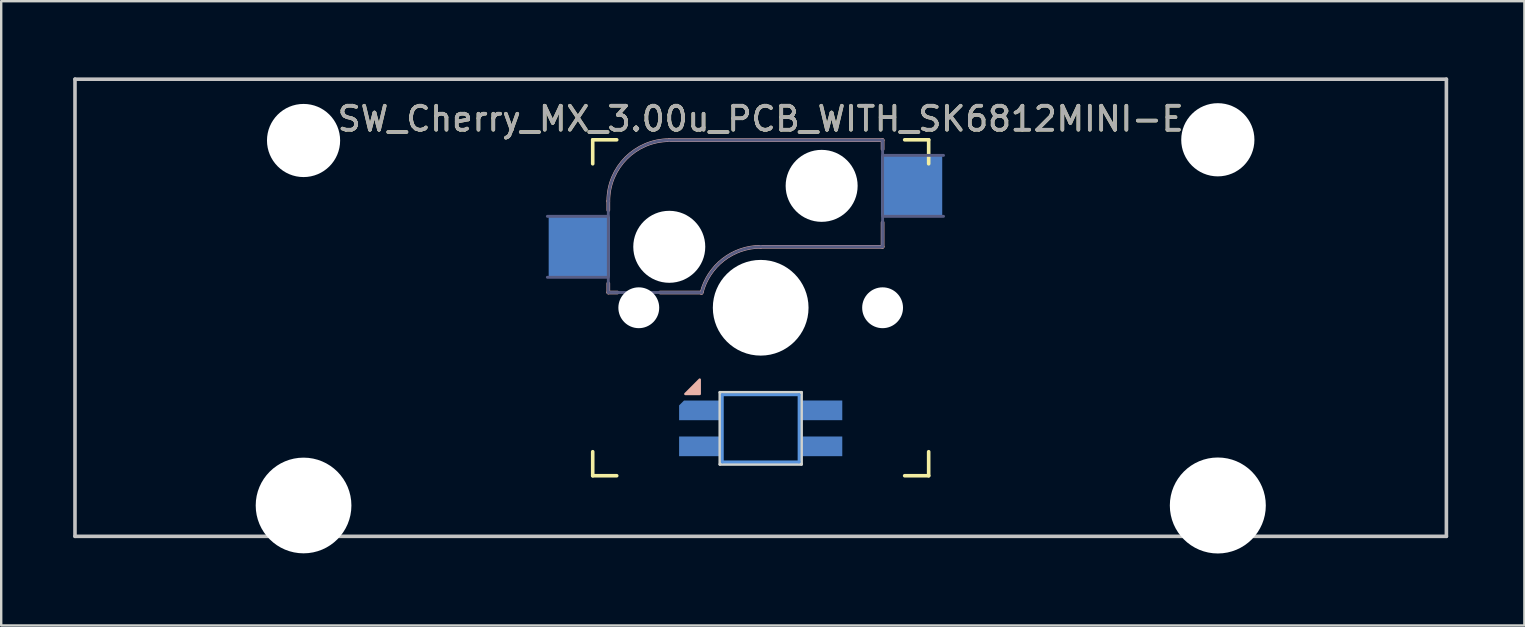
<source format=kicad_pcb>
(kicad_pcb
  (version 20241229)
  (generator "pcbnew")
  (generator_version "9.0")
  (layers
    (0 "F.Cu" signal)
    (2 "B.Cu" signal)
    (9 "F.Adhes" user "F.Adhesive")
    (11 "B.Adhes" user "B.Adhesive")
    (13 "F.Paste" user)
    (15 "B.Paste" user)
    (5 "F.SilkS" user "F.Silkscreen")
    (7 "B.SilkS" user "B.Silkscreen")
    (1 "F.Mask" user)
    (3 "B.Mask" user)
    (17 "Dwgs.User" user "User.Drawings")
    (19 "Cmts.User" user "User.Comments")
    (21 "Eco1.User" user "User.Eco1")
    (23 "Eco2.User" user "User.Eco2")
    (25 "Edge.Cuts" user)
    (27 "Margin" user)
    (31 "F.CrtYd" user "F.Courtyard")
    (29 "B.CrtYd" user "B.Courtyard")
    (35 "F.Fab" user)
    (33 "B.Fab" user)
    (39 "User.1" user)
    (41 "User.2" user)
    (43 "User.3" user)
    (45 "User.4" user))
  (footprint "SW_Cherry_MX_3.00u_PCB_WITH_SK6812MINI-E"
    (layer "F.Cu")
    (at 57.225 0.25)
    (property "Reference" "SW_Cherry_MX_3.00u_PCB_WITH_SK6812MINI-E" (at -28.575 1.651 0) (layer "F.SilkS") (effects (font (size 1 1) (thickness 0.15))))
    (attr through_hole)
    (fp_line (start -35.575 3.525) (end -35.575 2.525) (stroke (width 0.15) (type solid)) (layer "F.SilkS"))
    (fp_line (start -35.575 16.525) (end -35.575 15.525) (stroke (width 0.15) (type solid)) (layer "F.SilkS"))
    (fp_line (start -35.575 16.525) (end -34.575 16.525) (stroke (width 0.15) (type solid)) (layer "F.SilkS"))
    (fp_line (start -34.575 2.525) (end -35.575 2.525) (stroke (width 0.15) (type solid)) (layer "F.SilkS"))
    (fp_line (start -22.575 16.525) (end -21.575 16.525) (stroke (width 0.15) (type solid)) (layer "F.SilkS"))
    (fp_line (start -21.575 2.525) (end -22.575 2.525) (stroke (width 0.15) (type solid)) (layer "F.SilkS"))
    (fp_line (start -21.575 2.525) (end -21.575 3.525) (stroke (width 0.15) (type solid)) (layer "F.SilkS"))
    (fp_line (start -21.575 15.525) (end -21.575 16.525) (stroke (width 0.15) (type solid)) (layer "F.SilkS"))
    (fp_line (start -34.925 5.08) (end -34.925 5.461) (stroke (width 0.15) (type solid)) (layer "B.SilkS"))
    (fp_line (start -34.925 8.509) (end -34.925 8.89) (stroke (width 0.15) (type solid)) (layer "B.SilkS"))
    (fp_line (start -34.544 8.89) (end -34.925 8.89) (stroke (width 0.15) (type solid)) (layer "B.SilkS"))
    (fp_line (start -32.385 2.54) (end -23.495 2.54) (stroke (width 0.15) (type solid)) (layer "B.SilkS"))
    (fp_line (start -31.039 8.89) (end -32.766 8.89) (stroke (width 0.15) (type solid)) (layer "B.SilkS"))
    (fp_line (start -23.495 2.54) (end -23.495 2.921) (stroke (width 0.15) (type solid)) (layer "B.SilkS"))
    (fp_line (start -23.495 5.969) (end -23.495 6.985) (stroke (width 0.15) (type solid)) (layer "B.SilkS"))
    (fp_line (start -23.495 6.985) (end -28.575 6.985) (stroke (width 0.15) (type solid)) (layer "B.SilkS"))
    (fp_arc (start -34.925 5.08) (mid -34.181051 3.283949) (end -32.385 2.54) (stroke (width 0.15) (type solid)) (layer "B.SilkS"))
    (fp_arc (start -31.039162 8.90896) (mid -30.138147 7.522958) (end -28.575 6.985) (stroke (width 0.15) (type solid)) (layer "B.SilkS"))
    (fp_poly (pts (xy -31.115 12.518) (xy -31.115 13.118) (xy -31.715 13.118)) (stroke (width 0.1) (type solid)) (fill yes) (layer "B.SilkS"))
    (fp_line (start -57.15 0) (end 0 0) (stroke (width 0.15) (type solid)) (layer "Dwgs.User"))
    (fp_line (start -57.15 19.05) (end -57.15 0) (stroke (width 0.15) (type solid)) (layer "Dwgs.User"))
    (fp_line (start 0 0) (end 0 19.05) (stroke (width 0.15) (type solid)) (layer "Dwgs.User"))
    (fp_line (start 0 19.05) (end -57.15 19.05) (stroke (width 0.15) (type solid)) (layer "Dwgs.User"))
    (fp_line (start -30.175 13.15) (end -30.175 15.95) (stroke (width 0.12) (type solid)) (layer "Cmts.User"))
    (fp_line (start -30.175 13.15) (end -26.975 13.15) (stroke (width 0.12) (type solid)) (layer "Cmts.User"))
    (fp_line (start -26.975 15.95) (end -30.175 15.95) (stroke (width 0.12) (type solid)) (layer "Cmts.User"))
    (fp_line (start -26.975 15.95) (end -26.975 13.15) (stroke (width 0.12) (type solid)) (layer "Cmts.User"))
    (fp_line (start -35.475 16.425) (end -35.475 2.625) (stroke (width 0.15) (type solid)) (layer "Eco2.User"))
    (fp_line (start -35.475 16.425) (end -21.675 16.425) (stroke (width 0.15) (type solid)) (layer "Eco2.User"))
    (fp_line (start -21.675 2.625) (end -35.475 2.625) (stroke (width 0.15) (type solid)) (layer "Eco2.User"))
    (fp_line (start -21.675 2.625) (end -21.675 16.425) (stroke (width 0.15) (type solid)) (layer "Eco2.User"))
    (fp_line (start -30.275 13.05) (end -30.275 16.05) (stroke (width 0.12) (type solid)) (layer "Edge.Cuts"))
    (fp_line (start -30.275 13.05) (end -26.875 13.05) (stroke (width 0.12) (type solid)) (layer "Edge.Cuts"))
    (fp_line (start -26.875 16.05) (end -30.275 16.05) (stroke (width 0.12) (type solid)) (layer "Edge.Cuts"))
    (fp_line (start -26.875 16.05) (end -26.875 13.05) (stroke (width 0.12) (type solid)) (layer "Edge.Cuts"))
    (fp_line (start -37.465 5.715) (end -34.925 5.715) (stroke (width 0.12) (type solid)) (layer "B.Fab"))
    (fp_line (start -34.925 8.255) (end -37.465 8.255) (stroke (width 0.12) (type solid)) (layer "B.Fab"))
    (fp_line (start -34.925 8.89) (end -34.925 5.08) (stroke (width 0.12) (type solid)) (layer "B.Fab"))
    (fp_line (start -34.925 8.89) (end -31.115 8.89) (stroke (width 0.12) (type solid)) (layer "B.Fab"))
    (fp_line (start -32.385 2.54) (end -23.495 2.54) (stroke (width 0.12) (type solid)) (layer "B.Fab"))
    (fp_line (start -23.495 2.54) (end -23.495 6.985) (stroke (width 0.12) (type solid)) (layer "B.Fab"))
    (fp_line (start -23.495 3.175) (end -20.955 3.175) (stroke (width 0.12) (type solid)) (layer "B.Fab"))
    (fp_line (start -23.495 6.985) (end -28.575 6.985) (stroke (width 0.12) (type solid)) (layer "B.Fab"))
    (fp_line (start -20.955 5.715) (end -23.495 5.715) (stroke (width 0.12) (type solid)) (layer "B.Fab"))
    (fp_arc (start -34.925 5.08) (mid -34.181051 3.283949) (end -32.385 2.54) (stroke (width 0.12) (type solid)) (layer "B.Fab"))
    (fp_arc (start -31.039162 8.90896) (mid -30.138147 7.522958) (end -28.575 6.985) (stroke (width 0.12) (type solid)) (layer "B.Fab"))
    (fp_text user "${REFERENCE}" (at -28.575 1.651 0) (layer "F.Fab") (effects (font (size 1 1) (thickness 0.15))))
    (pad "" np_thru_hole circle (at -47.625 2.555) (size 3.048 3.048) (drill 3.048) (layers "*.Cu" "*.Mask"))
    (pad "" np_thru_hole circle (at -47.625 17.765) (size 3.988 3.988) (drill 3.988) (layers "*.Cu" "*.Mask"))
    (pad "" np_thru_hole circle (at -33.655 9.525) (size 1.702 1.702) (drill 1.702) (layers "*.Cu" "*.Mask"))
    (pad "" np_thru_hole circle (at -32.385 6.985) (size 3 3) (drill 3) (layers "*.Cu" "*.Mask"))
    (pad "" np_thru_hole circle (at -28.575 9.525) (size 3.988 3.988) (drill 3.988) (layers "*.Cu" "*.Mask"))
    (pad "" np_thru_hole circle (at -26.035 4.445) (size 3 3) (drill 3) (layers "*.Cu" "*.Mask"))
    (pad "" np_thru_hole circle (at -23.495 9.525) (size 1.702 1.702) (drill 1.702) (layers "*.Cu" "*.Mask"))
    (pad "" np_thru_hole circle (at -9.525 2.525) (size 3.05 3.05) (drill 3.05) (layers "*.Cu" "*.Mask"))
    (pad "" np_thru_hole circle (at -9.525 17.765) (size 4 4) (drill 4) (layers "*.Cu" "*.Mask"))
    (pad "11" smd rect (at -22.285 4.445) (size 2.55 2.5) (layers "B.Cu" "B.Mask" "B.Paste"))
    (pad "12" smd rect (at -36.135 6.985) (size 2.55 2.5) (layers "B.Cu" "B.Mask" "B.Paste"))
    (pad "21" smd rect (at -26.025 15.3 180) (size 1.7 0.82) (layers "B.Cu" "B.Mask" "B.Paste"))
    (pad "22" smd rect (at -26.025 13.8 180) (size 1.7 0.82) (layers "B.Cu" "B.Mask" "B.Paste"))
    (pad "23" smd roundrect (at -31.125 13.8 180) (size 1.7 0.82) (layers "B.Cu" "B.Mask" "B.Paste") (roundrect_rratio 0) (chamfer_ratio 0.25) (chamfer bottom_right))
    (pad "24" smd rect (at -31.125 15.3 180) (size 1.7 0.82) (layers "B.Cu" "B.Mask" "B.Paste")))
  (gr_rect
    (start -3 -3)
    (end 60.475 23.015)
    (stroke (width 0.1) (type default))
    (fill no)
    (layer "Edge.Cuts")))
</source>
